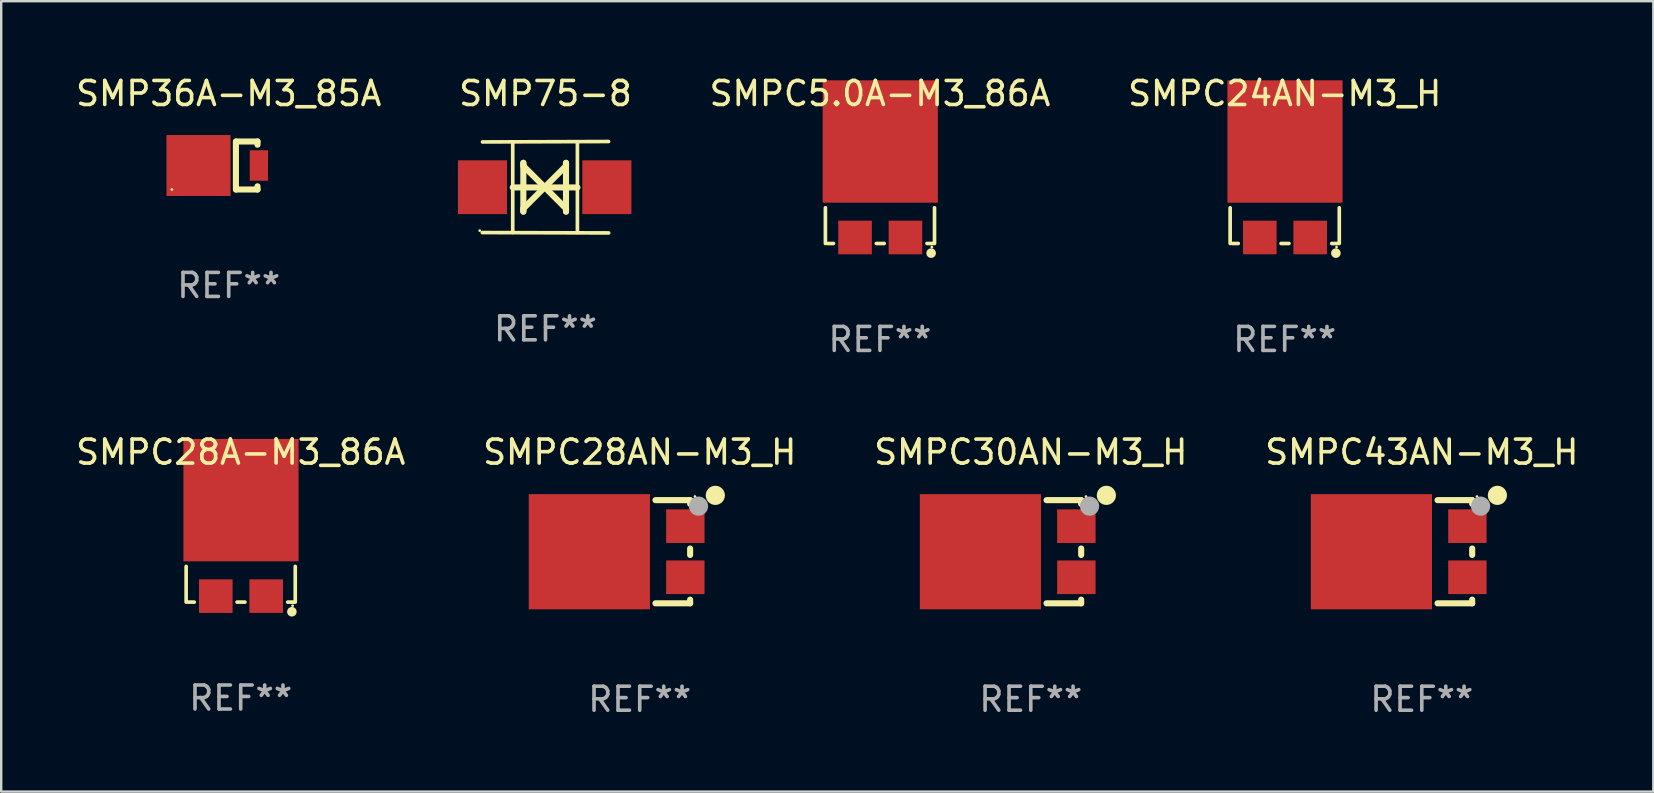
<source format=kicad_pcb>
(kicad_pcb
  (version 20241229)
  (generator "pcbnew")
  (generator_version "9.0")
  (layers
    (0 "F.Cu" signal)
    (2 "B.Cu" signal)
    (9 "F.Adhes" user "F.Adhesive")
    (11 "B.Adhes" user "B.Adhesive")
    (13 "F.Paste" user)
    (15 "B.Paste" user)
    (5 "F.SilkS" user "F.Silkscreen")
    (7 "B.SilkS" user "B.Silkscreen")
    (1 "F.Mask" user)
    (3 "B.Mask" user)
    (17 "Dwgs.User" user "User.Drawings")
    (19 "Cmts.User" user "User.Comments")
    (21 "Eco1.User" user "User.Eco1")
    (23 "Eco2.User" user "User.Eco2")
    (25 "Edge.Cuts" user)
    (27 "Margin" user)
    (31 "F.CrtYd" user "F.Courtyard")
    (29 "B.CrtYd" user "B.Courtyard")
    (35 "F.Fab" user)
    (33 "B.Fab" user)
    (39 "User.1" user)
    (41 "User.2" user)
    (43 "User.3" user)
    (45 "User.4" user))
  (footprint "SMP75-8"
    (layer "F.Cu")
    (at 19.685 4.753)
    (property "Reference" "SMP75-8" (at 0 -3.905 0) (layer "F.SilkS") (effects (font (size 1 1) (thickness 0.15))))
    (attr through_hole)
    (fp_line (start -1.365 1.886) (end -1.365 -1.886) (stroke (width 0.152) (type solid)) (layer "F.SilkS"))
    (fp_line (start -1.365 0.008) (end 1.33 0.008) (stroke (width 0.254) (type solid)) (layer "F.SilkS"))
    (fp_line (start -0.923 -1.016) (end -0.923 1.016) (stroke (width 0.254) (type solid)) (layer "F.SilkS"))
    (fp_line (start -0.923 -0.889) (end -0.923 -1.016) (stroke (width 0.254) (type solid)) (layer "F.SilkS"))
    (fp_line (start -0.923 0.889) (end -0.034 0) (stroke (width 0.254) (type solid)) (layer "F.SilkS"))
    (fp_line (start -0.923 1.016) (end -0.923 0.889) (stroke (width 0.254) (type solid)) (layer "F.SilkS"))
    (fp_line (start -0.034 0) (end -0.923 -0.889) (stroke (width 0.254) (type solid)) (layer "F.SilkS"))
    (fp_line (start -0.034 0) (end 0.855 0.889) (stroke (width 0.254) (type solid)) (layer "F.SilkS"))
    (fp_line (start 0.855 -1.016) (end 0.855 -0.889) (stroke (width 0.254) (type solid)) (layer "F.SilkS"))
    (fp_line (start 0.855 -0.889) (end -0.034 0) (stroke (width 0.254) (type solid)) (layer "F.SilkS"))
    (fp_line (start 0.855 0.889) (end 0.855 1.016) (stroke (width 0.254) (type solid)) (layer "F.SilkS"))
    (fp_line (start 0.855 1.016) (end 0.855 -1.016) (stroke (width 0.254) (type solid)) (layer "F.SilkS"))
    (fp_line (start 1.33 1.886) (end 1.33 -1.886) (stroke (width 0.152) (type solid)) (layer "F.SilkS"))
    (fp_line (start 2.629 -1.905) (end -2.625 -1.887) (stroke (width 0.152) (type solid)) (layer "F.SilkS"))
    (fp_line (start 2.633 1.905) (end -2.633 1.89) (stroke (width 0.152) (type solid)) (layer "F.SilkS"))
    (fp_circle (center -2.741 1.81) (end -2.711 1.81) (stroke (width 0.06) (type solid)) (fill no) (layer "F.SilkS"))
    (fp_text user "REF**" (at 0 5.905 0) (layer "F.Fab") (effects (font (size 1 1) (thickness 0.15))))
    (pad "1" smd rect (at -2.625 0) (size 2.047 2.241) (layers "F.Cu" "F.Mask" "F.Paste"))
    (pad "2" smd rect (at 2.557 0) (size 2.047 2.241) (layers "F.Cu" "F.Mask" "F.Paste")))
  (footprint "SMPC5.0A-M3_86A"
    (layer "F.Cu")
    (at 33.625 4.973)
    (property "Reference" "SMPC5.0A-M3_86A" (at 0 -4.125 0) (layer "F.SilkS") (effects (font (size 1 1) (thickness 0.15))))
    (attr through_hole)
    (fp_line (start -2.274 0.637) (end -2.274 2.125) (stroke (width 0.152) (type solid)) (layer "F.SilkS"))
    (fp_line (start -1.936 2.125) (end -2.188 2.125) (stroke (width 0.152) (type solid)) (layer "F.SilkS"))
    (fp_line (start 0.177 2.125) (end -0.153 2.125) (stroke (width 0.152) (type solid)) (layer "F.SilkS"))
    (fp_line (start 2.212 2.125) (end 1.96 2.125) (stroke (width 0.152) (type solid)) (layer "F.SilkS"))
    (fp_line (start 2.274 0.637) (end 2.274 2.124) (stroke (width 0.152) (type solid)) (layer "F.SilkS"))
    (fp_circle (center 2.133 2.527) (end 2.234 2.527) (stroke (width 0.2) (type solid)) (fill no) (layer "F.SilkS"))
    (fp_circle (center 2.162 2.275) (end 2.192 2.275) (stroke (width 0.06) (type solid)) (fill no) (layer "F.SilkS"))
    (fp_text user "REF**" (at 0 6.125 0) (layer "F.Fab") (effects (font (size 1 1) (thickness 0.15))))
    (pad "1" smd rect (at 1.062 1.875) (size 1.4 1.4) (layers "F.Cu" "F.Mask" "F.Paste"))
    (pad "2" smd rect (at -1.038 1.875) (size 1.4 1.4) (layers "F.Cu" "F.Mask" "F.Paste"))
    (pad "3" smd rect (at 0.012 -2.125) (size 4.8 5.1) (layers "F.Cu" "F.Mask" "F.Paste")))
  (footprint "SMPC30AN-M3_H"
    (layer "F.Cu")
    (at 39.911 19.945)
    (property "Reference" "SMPC30AN-M3_H" (at 0 -4.15 0) (layer "F.SilkS") (effects (font (size 1 1) (thickness 0.15))))
    (attr through_hole)
    (fp_line (start 0.656 -2.15) (end 2.1 -2.15) (stroke (width 0.254) (type solid)) (layer "F.SilkS"))
    (fp_line (start 2.1 -2.15) (end 2.1 -1.996) (stroke (width 0.254) (type solid)) (layer "F.SilkS"))
    (fp_line (start 2.1 -0.134) (end 2.1 0.134) (stroke (width 0.254) (type solid)) (layer "F.SilkS"))
    (fp_line (start 2.1 1.996) (end 2.1 2.15) (stroke (width 0.254) (type solid)) (layer "F.SilkS"))
    (fp_line (start 2.1 2.15) (end 0.656 2.15) (stroke (width 0.254) (type solid)) (layer "F.SilkS"))
    (fp_circle (center 2.3 -2.3) (end 2.33 -2.3) (stroke (width 0.06) (type solid)) (fill no) (layer "F.SilkS"))
    (fp_circle (center 3.15 -2.35) (end 3.35 -2.35) (stroke (width 0.4) (type solid)) (fill no) (layer "F.SilkS"))
    (fp_circle (center 2.45 -1.9) (end 2.65 -1.9) (stroke (width 0.4) (type solid)) (fill no) (layer "F.Fab"))
    (fp_text user "REF**" (at 0 6.15 0) (layer "F.Fab") (effects (font (size 1 1) (thickness 0.15))))
    (pad "1" smd rect (at 1.9 -1.065) (size 1.6 1.4) (layers "F.Cu" "F.Mask" "F.Paste"))
    (pad "2" smd rect (at 1.9 1.065) (size 1.6 1.4) (layers "F.Cu" "F.Mask" "F.Paste"))
    (pad "3" smd rect (at -2.1 -0.000013) (size 5.05 4.8) (layers "F.Cu" "F.Mask" "F.Paste")))
  (footprint "SMPC24AN-M3_H"
    (layer "F.Cu")
    (at 50.494 4.973)
    (property "Reference" "SMPC24AN-M3_H" (at 0 -4.125 0) (layer "F.SilkS") (effects (font (size 1 1) (thickness 0.15))))
    (attr through_hole)
    (fp_line (start -2.274 0.637) (end -2.274 2.125) (stroke (width 0.152) (type solid)) (layer "F.SilkS"))
    (fp_line (start -1.936 2.125) (end -2.188 2.125) (stroke (width 0.152) (type solid)) (layer "F.SilkS"))
    (fp_line (start 0.177 2.125) (end -0.153 2.125) (stroke (width 0.152) (type solid)) (layer "F.SilkS"))
    (fp_line (start 2.212 2.125) (end 1.96 2.125) (stroke (width 0.152) (type solid)) (layer "F.SilkS"))
    (fp_line (start 2.274 0.637) (end 2.274 2.124) (stroke (width 0.152) (type solid)) (layer "F.SilkS"))
    (fp_circle (center 2.133 2.527) (end 2.234 2.527) (stroke (width 0.2) (type solid)) (fill no) (layer "F.SilkS"))
    (fp_circle (center 2.162 2.275) (end 2.192 2.275) (stroke (width 0.06) (type solid)) (fill no) (layer "F.SilkS"))
    (fp_text user "REF**" (at 0 6.125 0) (layer "F.Fab") (effects (font (size 1 1) (thickness 0.15))))
    (pad "1" smd rect (at 1.062 1.875) (size 1.4 1.4) (layers "F.Cu" "F.Mask" "F.Paste"))
    (pad "2" smd rect (at -1.038 1.875) (size 1.4 1.4) (layers "F.Cu" "F.Mask" "F.Paste"))
    (pad "3" smd rect (at 0.012 -2.125) (size 4.8 5.1) (layers "F.Cu" "F.Mask" "F.Paste")))
  (footprint "SMP36A-M3_85A"
    (layer "F.Cu")
    (at 6.482 3.848)
    (property "Reference" "SMP36A-M3_85A" (at 0 -3 0) (layer "F.SilkS") (effects (font (size 1 1) (thickness 0.15))))
    (attr through_hole)
    (fp_line (start 0.3 -1) (end 0.3 1) (stroke (width 0.254) (type solid)) (layer "F.SilkS"))
    (fp_line (start 1.2 -1) (end 0.308 -1) (stroke (width 0.254) (type solid)) (layer "F.SilkS"))
    (fp_line (start 1.2 -1) (end 1.2 -0.866) (stroke (width 0.254) (type solid)) (layer "F.SilkS"))
    (fp_line (start 1.2 1) (end 0.308 1) (stroke (width 0.254) (type solid)) (layer "F.SilkS"))
    (fp_line (start 1.2 1) (end 1.2 0.866) (stroke (width 0.254) (type solid)) (layer "F.SilkS"))
    (fp_circle (center -2.368 1) (end -2.338 1) (stroke (width 0.06) (type solid)) (fill no) (layer "F.SilkS"))
    (fp_text user "REF**" (at 0 5 0) (layer "F.Fab") (effects (font (size 1 1) (thickness 0.15))))
    (pad "1" smd rect (at -1.258 0) (size 2.67 2.54) (layers "F.Cu" "F.Mask" "F.Paste"))
    (pad "2" smd rect (at 1.258 0) (size 0.762 1.27) (layers "F.Cu" "F.Mask" "F.Paste")))
  (footprint "SMPC28A-M3_86A"
    (layer "F.Cu")
    (at 6.982 19.92)
    (property "Reference" "SMPC28A-M3_86A" (at 0 -4.125 0) (layer "F.SilkS") (effects (font (size 1 1) (thickness 0.15))))
    (attr through_hole)
    (fp_line (start -2.274 0.637) (end -2.274 2.125) (stroke (width 0.152) (type solid)) (layer "F.SilkS"))
    (fp_line (start -1.936 2.125) (end -2.188 2.125) (stroke (width 0.152) (type solid)) (layer "F.SilkS"))
    (fp_line (start 0.177 2.125) (end -0.153 2.125) (stroke (width 0.152) (type solid)) (layer "F.SilkS"))
    (fp_line (start 2.212 2.125) (end 1.96 2.125) (stroke (width 0.152) (type solid)) (layer "F.SilkS"))
    (fp_line (start 2.274 0.637) (end 2.274 2.124) (stroke (width 0.152) (type solid)) (layer "F.SilkS"))
    (fp_circle (center 2.133 2.527) (end 2.234 2.527) (stroke (width 0.2) (type solid)) (fill no) (layer "F.SilkS"))
    (fp_circle (center 2.162 2.275) (end 2.192 2.275) (stroke (width 0.06) (type solid)) (fill no) (layer "F.SilkS"))
    (fp_text user "REF**" (at 0 6.125 0) (layer "F.Fab") (effects (font (size 1 1) (thickness 0.15))))
    (pad "1" smd rect (at 1.062 1.875) (size 1.4 1.4) (layers "F.Cu" "F.Mask" "F.Paste"))
    (pad "2" smd rect (at -1.038 1.875) (size 1.4 1.4) (layers "F.Cu" "F.Mask" "F.Paste"))
    (pad "3" smd rect (at 0.012 -2.125) (size 4.8 5.1) (layers "F.Cu" "F.Mask" "F.Paste")))
  (footprint "SMPC28AN-M3_H"
    (layer "F.Cu")
    (at 23.613 19.945)
    (property "Reference" "SMPC28AN-M3_H" (at 0 -4.15 0) (layer "F.SilkS") (effects (font (size 1 1) (thickness 0.15))))
    (attr through_hole)
    (fp_line (start 0.656 -2.15) (end 2.1 -2.15) (stroke (width 0.254) (type solid)) (layer "F.SilkS"))
    (fp_line (start 2.1 -2.15) (end 2.1 -1.996) (stroke (width 0.254) (type solid)) (layer "F.SilkS"))
    (fp_line (start 2.1 -0.134) (end 2.1 0.134) (stroke (width 0.254) (type solid)) (layer "F.SilkS"))
    (fp_line (start 2.1 1.996) (end 2.1 2.15) (stroke (width 0.254) (type solid)) (layer "F.SilkS"))
    (fp_line (start 2.1 2.15) (end 0.656 2.15) (stroke (width 0.254) (type solid)) (layer "F.SilkS"))
    (fp_circle (center 2.3 -2.3) (end 2.33 -2.3) (stroke (width 0.06) (type solid)) (fill no) (layer "F.SilkS"))
    (fp_circle (center 3.15 -2.35) (end 3.35 -2.35) (stroke (width 0.4) (type solid)) (fill no) (layer "F.SilkS"))
    (fp_circle (center 2.45 -1.9) (end 2.65 -1.9) (stroke (width 0.4) (type solid)) (fill no) (layer "F.Fab"))
    (fp_text user "REF**" (at 0 6.15 0) (layer "F.Fab") (effects (font (size 1 1) (thickness 0.15))))
    (pad "1" smd rect (at 1.9 -1.065) (size 1.6 1.4) (layers "F.Cu" "F.Mask" "F.Paste"))
    (pad "2" smd rect (at 1.9 1.065) (size 1.6 1.4) (layers "F.Cu" "F.Mask" "F.Paste"))
    (pad "3" smd rect (at -2.1 -0.000013) (size 5.05 4.8) (layers "F.Cu" "F.Mask" "F.Paste")))
  (footprint "SMPC43AN-M3_H"
    (layer "F.Cu")
    (at 56.208 19.945)
    (property "Reference" "SMPC43AN-M3_H" (at 0 -4.15 0) (layer "F.SilkS") (effects (font (size 1 1) (thickness 0.15))))
    (attr through_hole)
    (fp_line (start 0.656 -2.15) (end 2.1 -2.15) (stroke (width 0.254) (type solid)) (layer "F.SilkS"))
    (fp_line (start 2.1 -2.15) (end 2.1 -1.996) (stroke (width 0.254) (type solid)) (layer "F.SilkS"))
    (fp_line (start 2.1 -0.134) (end 2.1 0.134) (stroke (width 0.254) (type solid)) (layer "F.SilkS"))
    (fp_line (start 2.1 1.996) (end 2.1 2.15) (stroke (width 0.254) (type solid)) (layer "F.SilkS"))
    (fp_line (start 2.1 2.15) (end 0.656 2.15) (stroke (width 0.254) (type solid)) (layer "F.SilkS"))
    (fp_circle (center 2.3 -2.3) (end 2.33 -2.3) (stroke (width 0.06) (type solid)) (fill no) (layer "F.SilkS"))
    (fp_circle (center 3.15 -2.35) (end 3.35 -2.35) (stroke (width 0.4) (type solid)) (fill no) (layer "F.SilkS"))
    (fp_circle (center 2.45 -1.9) (end 2.65 -1.9) (stroke (width 0.4) (type solid)) (fill no) (layer "F.Fab"))
    (fp_text user "REF**" (at 0 6.15 0) (layer "F.Fab") (effects (font (size 1 1) (thickness 0.15))))
    (pad "1" smd rect (at 1.9 -1.065) (size 1.6 1.4) (layers "F.Cu" "F.Mask" "F.Paste"))
    (pad "2" smd rect (at 1.9 1.065) (size 1.6 1.4) (layers "F.Cu" "F.Mask" "F.Paste"))
    (pad "3" smd rect (at -2.1 -0.000013) (size 5.05 4.8) (layers "F.Cu" "F.Mask" "F.Paste")))
  (gr_rect
    (start -3 -3)
    (end 65.857 29.943)
    (stroke (width 0.1) (type default))
    (fill no)
    (layer "Edge.Cuts")))
</source>
